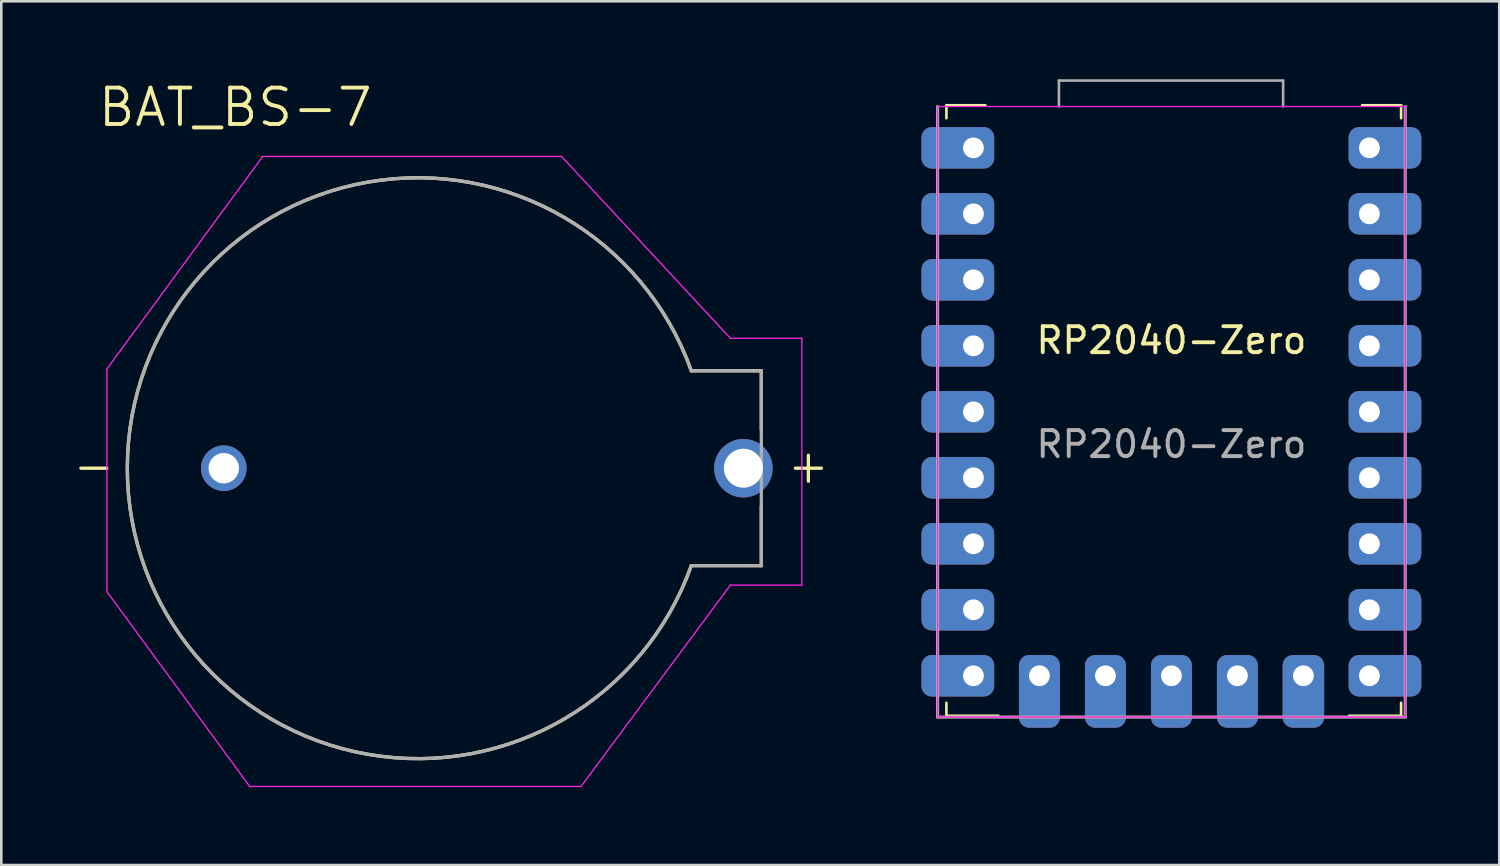
<source format=kicad_pcb>
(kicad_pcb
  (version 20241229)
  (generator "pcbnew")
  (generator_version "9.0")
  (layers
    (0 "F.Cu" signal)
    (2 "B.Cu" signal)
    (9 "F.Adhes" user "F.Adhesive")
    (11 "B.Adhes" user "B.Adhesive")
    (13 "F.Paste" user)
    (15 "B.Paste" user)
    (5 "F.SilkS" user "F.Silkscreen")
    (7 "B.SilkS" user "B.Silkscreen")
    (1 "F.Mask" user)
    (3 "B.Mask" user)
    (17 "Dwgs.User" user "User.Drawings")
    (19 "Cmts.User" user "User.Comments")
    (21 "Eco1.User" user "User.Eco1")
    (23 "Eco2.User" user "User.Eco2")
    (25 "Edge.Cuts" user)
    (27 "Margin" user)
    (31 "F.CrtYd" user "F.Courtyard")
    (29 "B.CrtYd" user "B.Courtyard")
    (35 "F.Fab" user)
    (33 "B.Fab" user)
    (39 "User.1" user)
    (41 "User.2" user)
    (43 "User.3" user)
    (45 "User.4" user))
  (footprint "BAT_BS-7"
    (layer "F.Cu")
    (at 15.563 14.971)
    (property "Reference" "BAT_BS-7" (at -9.555 -13.889 0) (layer "F.SilkS") (effects (font (size 1.4 1.4) (thickness 0.15))))
    (attr through_hole)
    (fp_line (start -15.5 0) (end -14.5 0) (stroke (width 0.127) (type solid)) (layer "F.SilkS"))
    (fp_line (start 10.69 -3.75) (end 7.995 -3.75) (stroke (width 0.127) (type solid)) (layer "F.SilkS"))
    (fp_line (start 10.69 -3.75) (end 10.69 -1.47) (stroke (width 0.127) (type solid)) (layer "F.SilkS"))
    (fp_line (start 10.69 3.75) (end 7.995 3.75) (stroke (width 0.127) (type solid)) (layer "F.SilkS"))
    (fp_line (start 10.69 3.75) (end 10.69 1.47) (stroke (width 0.127) (type solid)) (layer "F.SilkS"))
    (fp_line (start 12 0) (end 13 0) (stroke (width 0.127) (type solid)) (layer "F.SilkS"))
    (fp_line (start 12.5 -0.5) (end 12.5 0.5) (stroke (width 0.127) (type solid)) (layer "F.SilkS"))
    (fp_arc (start 7.995 3.75) (mid -13.712925 0) (end 7.995 -3.75) (stroke (width 0.127) (type solid)) (layer "F.SilkS"))
    (fp_line (start -14.5 4.75) (end -14.5 -3.818) (stroke (width 0.05) (type default)) (layer "F.CrtYd"))
    (fp_line (start -14 -4.5) (end -14.5 -3.818) (stroke (width 0.05) (type default)) (layer "F.CrtYd"))
    (fp_line (start -9 12.25) (end -14.5 4.75) (stroke (width 0.05) (type default)) (layer "F.CrtYd"))
    (fp_line (start -8.5 -12) (end -14 -4.5) (stroke (width 0.05) (type default)) (layer "F.CrtYd"))
    (fp_line (start -8.5 -12) (end 3 -12) (stroke (width 0.05) (type solid)) (layer "F.CrtYd"))
    (fp_line (start 3 -12) (end 9.5 -5) (stroke (width 0.05) (type default)) (layer "F.CrtYd"))
    (fp_line (start 3.75 12.25) (end -9 12.25) (stroke (width 0.05) (type default)) (layer "F.CrtYd"))
    (fp_line (start 9.5 -5) (end 12.25 -5) (stroke (width 0.05) (type default)) (layer "F.CrtYd"))
    (fp_line (start 9.5 4.5) (end 3.75 12.25) (stroke (width 0.05) (type default)) (layer "F.CrtYd"))
    (fp_line (start 12.25 -5) (end 12.25 4.5) (stroke (width 0.05) (type default)) (layer "F.CrtYd"))
    (fp_line (start 12.25 4.5) (end 9.5 4.5) (stroke (width 0.05) (type default)) (layer "F.CrtYd"))
    (fp_line (start 10.69 -3.75) (end 7.995 -3.75) (stroke (width 0.127) (type solid)) (layer "F.Fab"))
    (fp_line (start 10.69 -3.75) (end 10.69 3.75) (stroke (width 0.127) (type solid)) (layer "F.Fab"))
    (fp_line (start 10.69 3.75) (end 7.995 3.75) (stroke (width 0.127) (type solid)) (layer "F.Fab"))
    (fp_arc (start 7.995 3.75) (mid -13.712925 0) (end 7.995 -3.75) (stroke (width 0.127) (type solid)) (layer "F.Fab"))
    (pad "1" thru_hole circle (at 10 0) (size 2.25 2.25) (drill 1.5) (layers "*.Cu" "*.Mask"))
    (pad "2" thru_hole circle (at -10 0) (size 1.755 1.755) (drill 1.17) (layers "*.Cu" "*.Mask")))
  (footprint "RP2040-Zero"
    (layer "F.Cu")
    (at 31.877 25.5)
    (property "Reference" "RP2040-Zero" (at 10.16 -15.45 0) (unlocked yes) (layer "F.SilkS") (effects (font (size 1 1) (thickness 0.15))))
    (attr through_hole)
    (fp_line (start 1.5 -24.5) (end 3 -24.5) (stroke (width 0.1) (type default)) (layer "F.SilkS"))
    (fp_line (start 1.5 -24) (end 1.5 -24.5) (stroke (width 0.1) (type default)) (layer "F.SilkS"))
    (fp_line (start 1.5 -1.5) (end 1.5 -1) (stroke (width 0.1) (type default)) (layer "F.SilkS"))
    (fp_line (start 1.5 -1) (end 3.5 -1) (stroke (width 0.1) (type default)) (layer "F.SilkS"))
    (fp_line (start 17 -1) (end 19 -1) (stroke (width 0.1) (type default)) (layer "F.SilkS"))
    (fp_line (start 17.5 -24.5) (end 19 -24.5) (stroke (width 0.1) (type default)) (layer "F.SilkS"))
    (fp_line (start 19 -24.5) (end 19 -24) (stroke (width 0.1) (type default)) (layer "F.SilkS"))
    (fp_line (start 19 -1) (end 19 -1.5) (stroke (width 0.1) (type default)) (layer "F.SilkS"))
    (fp_line (start 1.16 -24.45) (end 19.16 -24.45) (stroke (width 0.05) (type solid)) (layer "F.CrtYd"))
    (fp_line (start 1.16 -0.95) (end 1.16 -24.45) (stroke (width 0.05) (type solid)) (layer "F.CrtYd"))
    (fp_line (start 19.16 -24.45) (end 19.16 -0.95) (stroke (width 0.05) (type solid)) (layer "F.CrtYd"))
    (fp_line (start 19.16 -0.95) (end 1.16 -0.95) (stroke (width 0.05) (type solid)) (layer "F.CrtYd"))
    (fp_line (start 1.16 -24.45) (end 1.16 -0.95) (stroke (width 0.12) (type solid)) (layer "F.Fab"))
    (fp_line (start 1.16 -0.95) (end 19.16 -0.95) (stroke (width 0.12) (type solid)) (layer "F.Fab"))
    (fp_line (start 5.83 -25.45) (end 5.83 -24.45) (stroke (width 0.1) (type solid)) (layer "F.Fab"))
    (fp_line (start 5.83 -25.45) (end 14.46 -25.45) (stroke (width 0.1) (type solid)) (layer "F.Fab"))
    (fp_line (start 14.46 -25.45) (end 14.46 -24.45) (stroke (width 0.1) (type solid)) (layer "F.Fab"))
    (fp_line (start 19.16 -0.95) (end 19.16 -24.45) (stroke (width 0.12) (type solid)) (layer "F.Fab"))
    (fp_text user "${REFERENCE}" (at 10.16 -11.45 0) (unlocked yes) (layer "F.Fab") (effects (font (size 1 1) (thickness 0.15))))
    (pad "1" thru_hole roundrect (at 17.78 -22.86) (size 2.8 1.6) (drill 0.8 (offset 0.6 0)) (layers "*.Cu" "*.Mask") (roundrect_rratio 0.25))
    (pad "2" thru_hole roundrect (at 17.78 -20.32) (size 2.8 1.6) (drill 0.8 (offset 0.6 0)) (layers "*.Cu" "*.Mask") (roundrect_rratio 0.25))
    (pad "3" thru_hole roundrect (at 17.78 -17.78) (size 2.8 1.6) (drill 0.8 (offset 0.6 0)) (layers "*.Cu" "*.Mask") (roundrect_rratio 0.25))
    (pad "4" thru_hole roundrect (at 17.78 -15.24) (size 2.8 1.6) (drill 0.8 (offset 0.6 0)) (layers "*.Cu" "*.Mask") (roundrect_rratio 0.25))
    (pad "5" thru_hole roundrect (at 17.78 -12.7) (size 2.8 1.6) (drill 0.8 (offset 0.6 0)) (layers "*.Cu" "*.Mask") (roundrect_rratio 0.25))
    (pad "6" thru_hole roundrect (at 17.78 -10.16) (size 2.8 1.6) (drill 0.8 (offset 0.6 0)) (layers "*.Cu" "*.Mask") (roundrect_rratio 0.25))
    (pad "7" thru_hole roundrect (at 17.78 -7.62) (size 2.8 1.6) (drill 0.8 (offset 0.6 0)) (layers "*.Cu" "*.Mask") (roundrect_rratio 0.25))
    (pad "8" thru_hole roundrect (at 17.78 -5.08) (size 2.8 1.6) (drill 0.8 (offset 0.6 0)) (layers "*.Cu" "*.Mask") (roundrect_rratio 0.25))
    (pad "9" thru_hole roundrect (at 17.78 -2.54) (size 2.8 1.6) (drill 0.8 (offset 0.6 0)) (layers "*.Cu" "*.Mask") (roundrect_rratio 0.25))
    (pad "10" thru_hole roundrect (at 15.24 -2.54) (size 1.6 2.8) (drill 0.8 (offset 0 0.6)) (layers "*.Cu" "*.Mask") (roundrect_rratio 0.25))
    (pad "11" thru_hole roundrect (at 12.7 -2.54) (size 1.575 2.8) (drill 0.8 (offset 0 0.6)) (layers "*.Cu" "*.Mask") (roundrect_rratio 0.25))
    (pad "12" thru_hole roundrect (at 10.16 -2.54) (size 1.575 2.8) (drill 0.8 (offset 0 0.6)) (layers "*.Cu" "*.Mask") (roundrect_rratio 0.25))
    (pad "13" thru_hole roundrect (at 7.62 -2.54) (size 1.575 2.8) (drill 0.8 (offset 0 0.6)) (layers "*.Cu" "*.Mask") (roundrect_rratio 0.25))
    (pad "14" thru_hole roundrect (at 5.08 -2.54) (size 1.575 2.8) (drill 0.8 (offset 0 0.6)) (layers "*.Cu" "*.Mask") (roundrect_rratio 0.25))
    (pad "15" thru_hole roundrect (at 2.54 -2.54) (size 2.8 1.6) (drill 0.8 (offset -0.6 0)) (layers "*.Cu" "*.Mask") (roundrect_rratio 0.25))
    (pad "16" thru_hole roundrect (at 2.54 -5.08) (size 2.8 1.6) (drill 0.8 (offset -0.6 0)) (layers "*.Cu" "*.Mask") (roundrect_rratio 0.25))
    (pad "17" thru_hole roundrect (at 2.54 -7.62) (size 2.8 1.6) (drill 0.8 (offset -0.6 0)) (layers "*.Cu" "*.Mask") (roundrect_rratio 0.25))
    (pad "18" thru_hole roundrect (at 2.54 -10.16) (size 2.8 1.6) (drill 0.8 (offset -0.6 0)) (layers "*.Cu" "*.Mask") (roundrect_rratio 0.25))
    (pad "19" thru_hole roundrect (at 2.54 -12.7) (size 2.8 1.6) (drill 0.8 (offset -0.6 0)) (layers "*.Cu" "*.Mask") (roundrect_rratio 0.25))
    (pad "20" thru_hole roundrect (at 2.54 -15.24) (size 2.8 1.6) (drill 0.8 (offset -0.6 0)) (layers "*.Cu" "*.Mask") (roundrect_rratio 0.25))
    (pad "21" thru_hole roundrect (at 2.54 -17.78) (size 2.8 1.6) (drill 0.8 (offset -0.6 0)) (layers "*.Cu" "*.Mask") (roundrect_rratio 0.25))
    (pad "22" thru_hole roundrect (at 2.54 -20.32) (size 2.8 1.6) (drill 0.8 (offset -0.6 0)) (layers "*.Cu" "*.Mask") (roundrect_rratio 0.25))
    (pad "23" thru_hole roundrect (at 2.54 -22.86) (size 2.8 1.6) (drill 0.8 (offset -0.6 0)) (layers "*.Cu" "*.Mask") (roundrect_rratio 0.25)))
  (gr_rect
    (start -3 -3)
    (end 54.657 30.246)
    (stroke (width 0.1) (type default))
    (fill no)
    (layer "Edge.Cuts")))
</source>
